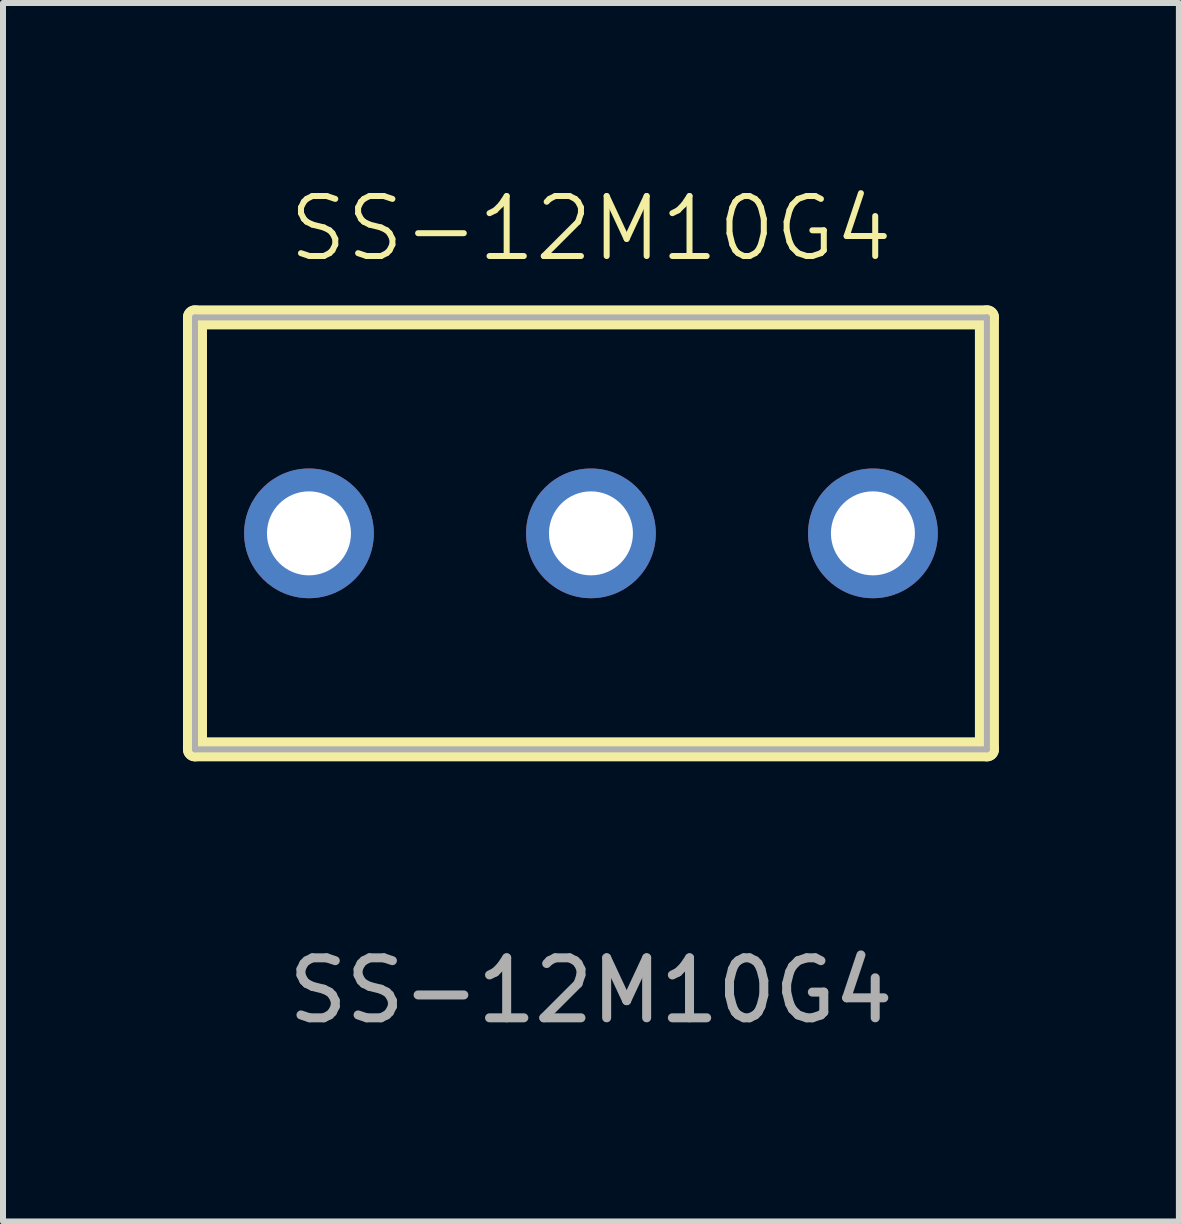
<source format=kicad_pcb>
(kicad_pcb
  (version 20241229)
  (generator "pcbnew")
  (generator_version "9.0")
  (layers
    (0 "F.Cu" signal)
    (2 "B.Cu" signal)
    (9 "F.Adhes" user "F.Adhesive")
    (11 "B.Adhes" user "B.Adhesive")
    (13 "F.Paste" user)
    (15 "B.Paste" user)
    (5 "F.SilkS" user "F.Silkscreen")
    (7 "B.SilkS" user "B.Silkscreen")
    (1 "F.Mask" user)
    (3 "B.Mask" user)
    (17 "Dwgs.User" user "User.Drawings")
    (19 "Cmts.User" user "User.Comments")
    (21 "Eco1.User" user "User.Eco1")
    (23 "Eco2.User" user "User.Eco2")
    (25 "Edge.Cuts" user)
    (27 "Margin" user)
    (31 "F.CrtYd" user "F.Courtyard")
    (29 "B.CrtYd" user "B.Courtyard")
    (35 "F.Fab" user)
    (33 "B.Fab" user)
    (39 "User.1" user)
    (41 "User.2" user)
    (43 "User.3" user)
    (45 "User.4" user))
  (footprint "SS-12M10G4"
    (layer "F.Cu")
    (at 6.8 5.84)
    (property "Reference" "SS-12M10G4" (at 0 -5.08 0) (unlocked yes) (layer "F.SilkS") (effects (font (size 1 1) (thickness 0.1))))
    (fp_line (start -6.6 3.6) (end -6.6 -3.6) (stroke (width 0.4) (type default)) (layer "F.SilkS"))
    (fp_line (start 6.6 -3.6) (end -6.6 -3.6) (stroke (width 0.4) (type default)) (layer "F.SilkS"))
    (fp_line (start 6.6 3.6) (end -6.6 3.6) (stroke (width 0.4) (type default)) (layer "F.SilkS"))
    (fp_line (start 6.6 3.6) (end 6.6 -3.6) (stroke (width 0.4) (type default)) (layer "F.SilkS"))
    (fp_line (start -6.6 -3.6) (end 6.6 -3.6) (stroke (width 0.1) (type default)) (layer "F.Fab"))
    (fp_line (start -6.6 3.6) (end -6.6 -3.6) (stroke (width 0.1) (type default)) (layer "F.Fab"))
    (fp_line (start -6.6 3.6) (end 6.6 3.6) (stroke (width 0.1) (type default)) (layer "F.Fab"))
    (fp_line (start 6.6 3.6) (end 6.6 -3.6) (stroke (width 0.1) (type default)) (layer "F.Fab"))
    (fp_text user "${REFERENCE}" (at 0 7.62 0) (unlocked yes) (layer "F.Fab") (effects (font (size 1 1) (thickness 0.15))))
    (pad "1" thru_hole circle (at -4.7 0) (size 2.162 2.162) (drill 1.4) (layers "*.Cu" "*.Mask"))
    (pad "2" thru_hole circle (at 0 0) (size 2.162 2.162) (drill 1.4) (layers "*.Cu" "*.Mask"))
    (pad "3" thru_hole circle (at 4.7 0) (size 2.162 2.162) (drill 1.4) (layers "*.Cu" "*.Mask")))
  (gr_rect
    (start -3 -3)
    (end 16.6 17.309)
    (stroke (width 0.1) (type default))
    (fill no)
    (layer "Edge.Cuts")))
</source>
